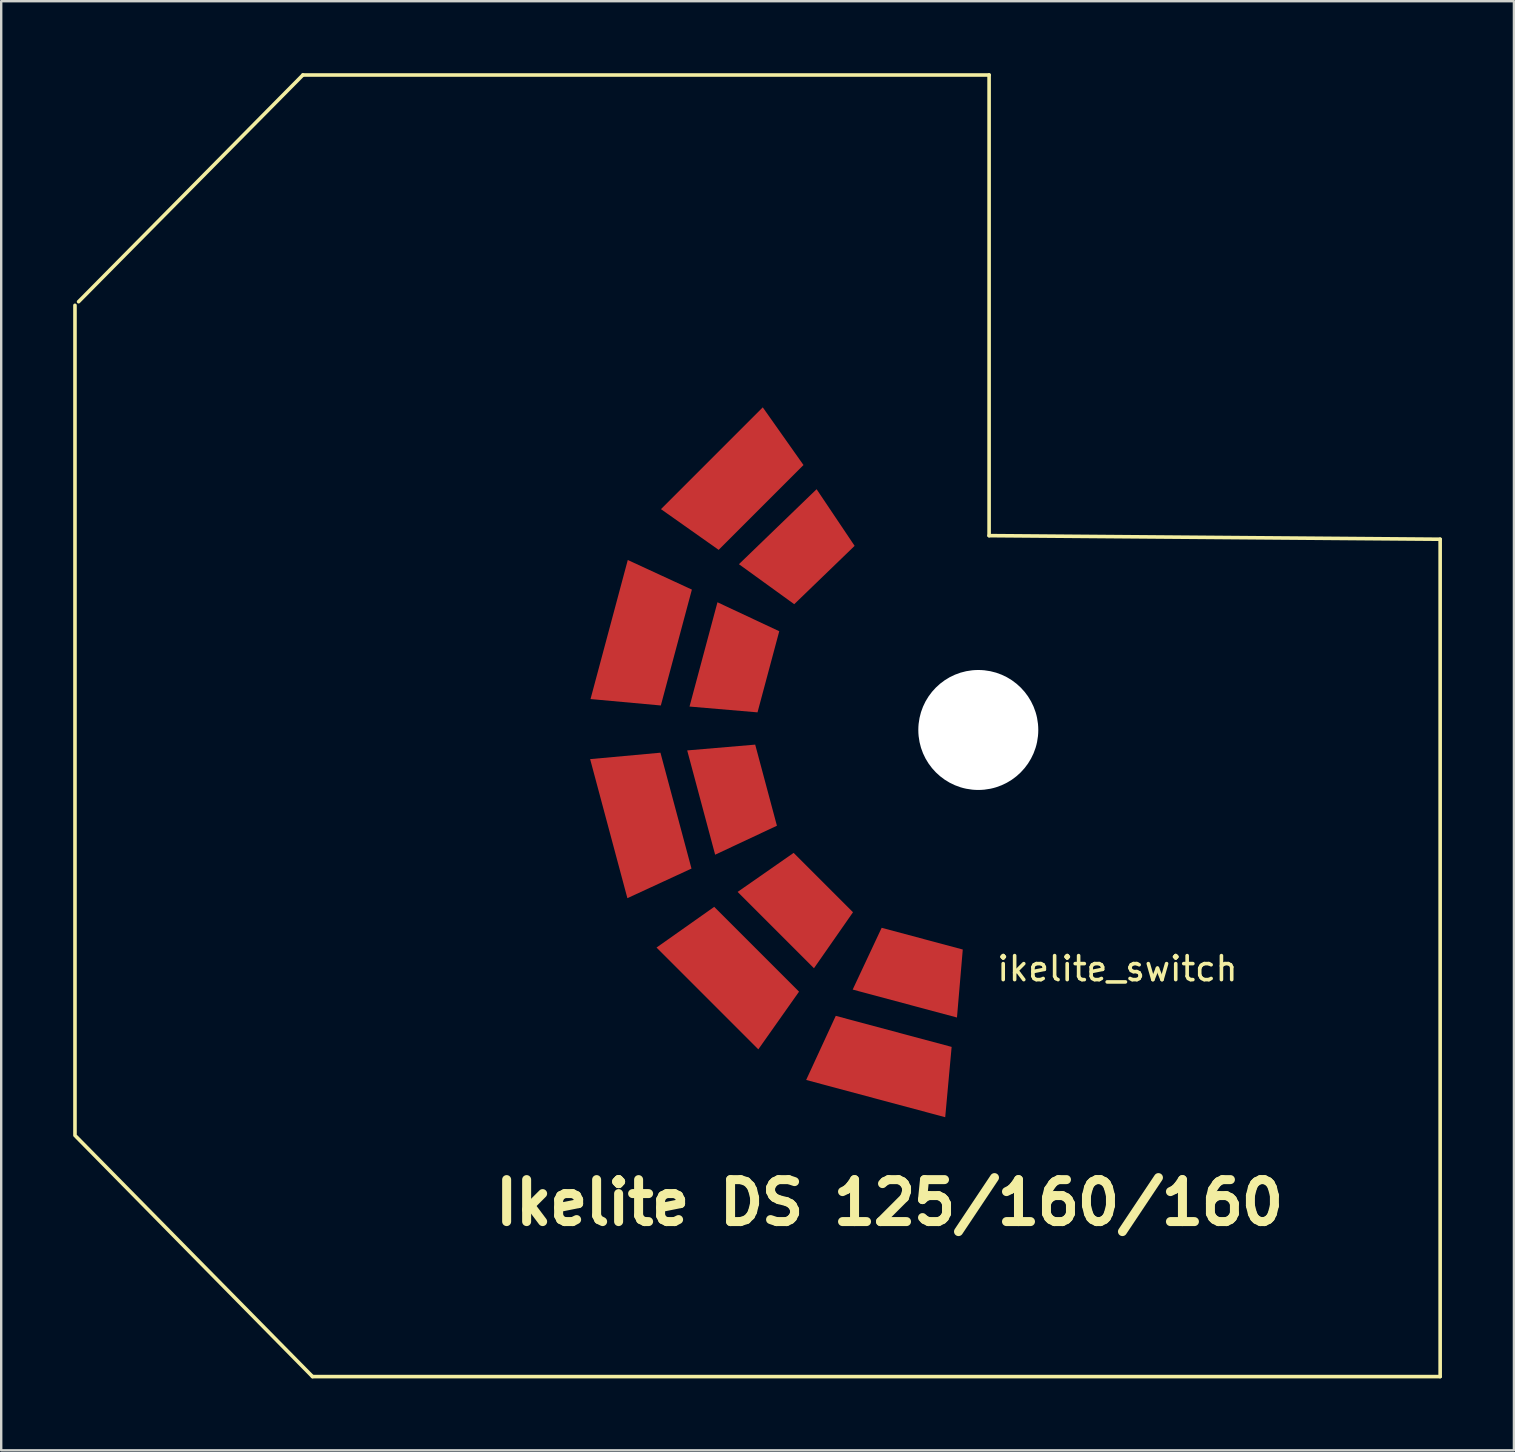
<source format=kicad_pcb>
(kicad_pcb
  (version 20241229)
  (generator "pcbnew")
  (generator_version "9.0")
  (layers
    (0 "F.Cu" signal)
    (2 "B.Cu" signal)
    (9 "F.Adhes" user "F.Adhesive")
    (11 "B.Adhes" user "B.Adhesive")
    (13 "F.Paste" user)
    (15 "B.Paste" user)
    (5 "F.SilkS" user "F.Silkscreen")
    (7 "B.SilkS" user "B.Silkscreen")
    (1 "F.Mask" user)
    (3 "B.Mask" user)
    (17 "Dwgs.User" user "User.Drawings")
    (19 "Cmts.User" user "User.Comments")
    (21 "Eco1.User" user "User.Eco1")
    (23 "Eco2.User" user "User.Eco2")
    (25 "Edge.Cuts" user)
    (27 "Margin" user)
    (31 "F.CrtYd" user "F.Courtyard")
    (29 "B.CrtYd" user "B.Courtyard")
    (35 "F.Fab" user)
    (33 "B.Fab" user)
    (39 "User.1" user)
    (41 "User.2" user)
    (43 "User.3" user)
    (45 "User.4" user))
  (footprint "ikelite_switch"
    (layer "F.Cu")
    (at 37.725 27.425)
    (property "Reference" "ikelite_switch" (at 5.8 9.9 0) (layer "F.SilkS") (effects (font (size 1 1) (thickness 0.15))))
    (attr through_hole)
    (fp_line (start -37.65 16.85) (end -37.65 -17.75) (stroke (width 0.15) (type solid)) (layer "F.SilkS"))
    (fp_line (start -28.15 -27.35) (end -37.5 -17.9) (stroke (width 0.15) (type solid)) (layer "F.SilkS"))
    (fp_line (start -27.75 26.9) (end -37.6 16.9) (stroke (width 0.15) (type solid)) (layer "F.SilkS"))
    (fp_line (start -0.861 -0.631) (end -0.861 -0.631) (stroke (width 0.1) (type solid)) (layer "F.SilkS"))
    (fp_line (start 0.45 -27.35) (end -28.15 -27.35) (stroke (width 0.15) (type solid)) (layer "F.SilkS"))
    (fp_line (start 0.45 -8.15) (end 0.45 -27.35) (stroke (width 0.15) (type solid)) (layer "F.SilkS"))
    (fp_line (start 19.25 -8) (end 0.45 -8.15) (stroke (width 0.15) (type solid)) (layer "F.SilkS"))
    (fp_line (start 19.25 26.9) (end -27.75 26.9) (stroke (width 0.15) (type solid)) (layer "F.SilkS"))
    (fp_line (start 19.25 26.9) (end 19.25 -8) (stroke (width 0.15) (type solid)) (layer "F.SilkS"))
    (fp_line (start -0.925 -0.046) (end -0.924 -0.052) (stroke (width 0.1) (type solid)) (layer "Dwgs.User"))
    (fp_line (start -0.925 -0.04) (end -0.925 -0.046) (stroke (width 0.1) (type solid)) (layer "Dwgs.User"))
    (fp_line (start -0.924 -0.052) (end -0.923 -0.057) (stroke (width 0.1) (type solid)) (layer "Dwgs.User"))
    (fp_line (start -0.924 -0.035) (end -0.925 -0.04) (stroke (width 0.1) (type solid)) (layer "Dwgs.User"))
    (fp_line (start -0.923 -0.057) (end -0.921 -0.063) (stroke (width 0.1) (type solid)) (layer "Dwgs.User"))
    (fp_line (start -0.923 -0.029) (end -0.924 -0.035) (stroke (width 0.1) (type solid)) (layer "Dwgs.User"))
    (fp_line (start -0.921 -0.063) (end -0.919 -0.069) (stroke (width 0.1) (type solid)) (layer "Dwgs.User"))
    (fp_line (start -0.921 -0.023) (end -0.923 -0.029) (stroke (width 0.1) (type solid)) (layer "Dwgs.User"))
    (fp_line (start -0.919 -0.069) (end -0.917 -0.075) (stroke (width 0.1) (type solid)) (layer "Dwgs.User"))
    (fp_line (start -0.919 -0.017) (end -0.921 -0.023) (stroke (width 0.1) (type solid)) (layer "Dwgs.User"))
    (fp_line (start -0.917 -0.075) (end -0.913 -0.082) (stroke (width 0.1) (type solid)) (layer "Dwgs.User"))
    (fp_line (start -0.917 -0.011) (end -0.919 -0.017) (stroke (width 0.1) (type solid)) (layer "Dwgs.User"))
    (fp_line (start -0.913 -0.082) (end -0.909 -0.089) (stroke (width 0.1) (type solid)) (layer "Dwgs.User"))
    (fp_line (start -0.913 -0.004) (end -0.917 -0.011) (stroke (width 0.1) (type solid)) (layer "Dwgs.User"))
    (fp_line (start -0.909 -0.089) (end -0.905 -0.096) (stroke (width 0.1) (type solid)) (layer "Dwgs.User"))
    (fp_line (start -0.909 0.003) (end -0.913 -0.004) (stroke (width 0.1) (type solid)) (layer "Dwgs.User"))
    (fp_line (start -0.905 -0.096) (end -0.9 -0.104) (stroke (width 0.1) (type solid)) (layer "Dwgs.User"))
    (fp_line (start -0.905 0.01) (end -0.909 0.003) (stroke (width 0.1) (type solid)) (layer "Dwgs.User"))
    (fp_line (start -0.9 -0.104) (end -0.895 -0.112) (stroke (width 0.1) (type solid)) (layer "Dwgs.User"))
    (fp_line (start -0.9 0.017) (end -0.905 0.01) (stroke (width 0.1) (type solid)) (layer "Dwgs.User"))
    (fp_line (start -0.895 -0.112) (end -0.889 -0.12) (stroke (width 0.1) (type solid)) (layer "Dwgs.User"))
    (fp_line (start -0.895 0.025) (end -0.9 0.017) (stroke (width 0.1) (type solid)) (layer "Dwgs.User"))
    (fp_line (start -0.889 -0.12) (end -0.882 -0.129) (stroke (width 0.1) (type solid)) (layer "Dwgs.User"))
    (fp_line (start -0.889 0.034) (end -0.895 0.025) (stroke (width 0.1) (type solid)) (layer "Dwgs.User"))
    (fp_line (start -0.882 -0.129) (end -0.875 -0.139) (stroke (width 0.1) (type solid)) (layer "Dwgs.User"))
    (fp_line (start -0.882 0.043) (end -0.889 0.034) (stroke (width 0.1) (type solid)) (layer "Dwgs.User"))
    (fp_line (start -0.875 -0.139) (end -0.867 -0.149) (stroke (width 0.1) (type solid)) (layer "Dwgs.User"))
    (fp_line (start -0.875 0.053) (end -0.882 0.043) (stroke (width 0.1) (type solid)) (layer "Dwgs.User"))
    (fp_line (start -0.867 -0.149) (end -0.859 -0.16) (stroke (width 0.1) (type solid)) (layer "Dwgs.User"))
    (fp_line (start -0.867 0.063) (end -0.875 0.053) (stroke (width 0.1) (type solid)) (layer "Dwgs.User"))
    (fp_line (start -0.859 -0.16) (end -0.854 -0.166) (stroke (width 0.1) (type solid)) (layer "Dwgs.User"))
    (fp_line (start -0.859 0.074) (end -0.867 0.063) (stroke (width 0.1) (type solid)) (layer "Dwgs.User"))
    (fp_line (start -0.854 -0.166) (end -0.849 -0.172) (stroke (width 0.1) (type solid)) (layer "Dwgs.User"))
    (fp_line (start -0.854 0.08) (end -0.859 0.074) (stroke (width 0.1) (type solid)) (layer "Dwgs.User"))
    (fp_line (start -0.849 -0.172) (end -0.844 -0.179) (stroke (width 0.1) (type solid)) (layer "Dwgs.User"))
    (fp_line (start -0.849 0.086) (end -0.854 0.08) (stroke (width 0.1) (type solid)) (layer "Dwgs.User"))
    (fp_line (start -0.844 -0.179) (end -0.838 -0.185) (stroke (width 0.1) (type solid)) (layer "Dwgs.User"))
    (fp_line (start -0.844 0.093) (end -0.849 0.086) (stroke (width 0.1) (type solid)) (layer "Dwgs.User"))
    (fp_line (start -0.838 -0.185) (end -0.832 -0.191) (stroke (width 0.1) (type solid)) (layer "Dwgs.User"))
    (fp_line (start -0.838 0.099) (end -0.844 0.093) (stroke (width 0.1) (type solid)) (layer "Dwgs.User"))
    (fp_line (start -0.832 -0.191) (end -0.826 -0.198) (stroke (width 0.1) (type solid)) (layer "Dwgs.User"))
    (fp_line (start -0.831 0.106) (end -0.838 0.099) (stroke (width 0.1) (type solid)) (layer "Dwgs.User"))
    (fp_line (start -0.826 -0.198) (end -0.819 -0.204) (stroke (width 0.1) (type solid)) (layer "Dwgs.User"))
    (fp_line (start -0.825 0.112) (end -0.831 0.106) (stroke (width 0.1) (type solid)) (layer "Dwgs.User"))
    (fp_line (start -0.819 -0.204) (end -0.812 -0.21) (stroke (width 0.1) (type solid)) (layer "Dwgs.User"))
    (fp_line (start -0.818 0.118) (end -0.825 0.112) (stroke (width 0.1) (type solid)) (layer "Dwgs.User"))
    (fp_line (start -0.812 -0.21) (end -0.805 -0.217) (stroke (width 0.1) (type solid)) (layer "Dwgs.User"))
    (fp_line (start -0.811 0.125) (end -0.818 0.118) (stroke (width 0.1) (type solid)) (layer "Dwgs.User"))
    (fp_line (start -0.805 -0.217) (end -0.798 -0.223) (stroke (width 0.1) (type solid)) (layer "Dwgs.User"))
    (fp_line (start -0.803 0.131) (end -0.811 0.125) (stroke (width 0.1) (type solid)) (layer "Dwgs.User"))
    (fp_line (start -0.798 -0.223) (end -0.791 -0.229) (stroke (width 0.1) (type solid)) (layer "Dwgs.User"))
    (fp_line (start -0.796 0.137) (end -0.803 0.131) (stroke (width 0.1) (type solid)) (layer "Dwgs.User"))
    (fp_line (start -0.791 -0.229) (end -0.783 -0.235) (stroke (width 0.1) (type solid)) (layer "Dwgs.User"))
    (fp_line (start -0.788 0.143) (end -0.796 0.137) (stroke (width 0.1) (type solid)) (layer "Dwgs.User"))
    (fp_line (start -0.783 -0.235) (end -0.775 -0.241) (stroke (width 0.1) (type solid)) (layer "Dwgs.User"))
    (fp_line (start -0.78 0.149) (end -0.788 0.143) (stroke (width 0.1) (type solid)) (layer "Dwgs.User"))
    (fp_line (start -0.775 -0.241) (end -0.767 -0.247) (stroke (width 0.1) (type solid)) (layer "Dwgs.User"))
    (fp_line (start -0.771 0.155) (end -0.78 0.149) (stroke (width 0.1) (type solid)) (layer "Dwgs.User"))
    (fp_line (start -0.767 -0.247) (end -0.759 -0.252) (stroke (width 0.1) (type solid)) (layer "Dwgs.User"))
    (fp_line (start -0.763 0.161) (end -0.771 0.155) (stroke (width 0.1) (type solid)) (layer "Dwgs.User"))
    (fp_line (start -0.759 -0.252) (end -0.751 -0.258) (stroke (width 0.1) (type solid)) (layer "Dwgs.User"))
    (fp_line (start -0.754 0.167) (end -0.763 0.161) (stroke (width 0.1) (type solid)) (layer "Dwgs.User"))
    (fp_line (start -0.751 -0.258) (end -0.743 -0.263) (stroke (width 0.1) (type solid)) (layer "Dwgs.User"))
    (fp_line (start -0.746 0.173) (end -0.754 0.167) (stroke (width 0.1) (type solid)) (layer "Dwgs.User"))
    (fp_line (start -0.743 -0.263) (end -0.735 -0.269) (stroke (width 0.1) (type solid)) (layer "Dwgs.User"))
    (fp_line (start -0.737 0.178) (end -0.746 0.173) (stroke (width 0.1) (type solid)) (layer "Dwgs.User"))
    (fp_line (start -0.735 -0.269) (end -0.726 -0.274) (stroke (width 0.1) (type solid)) (layer "Dwgs.User"))
    (fp_line (start -0.728 0.184) (end -0.737 0.178) (stroke (width 0.1) (type solid)) (layer "Dwgs.User"))
    (fp_line (start -0.726 -0.274) (end -0.718 -0.279) (stroke (width 0.1) (type solid)) (layer "Dwgs.User"))
    (fp_line (start -0.719 0.189) (end -0.728 0.184) (stroke (width 0.1) (type solid)) (layer "Dwgs.User"))
    (fp_line (start -0.718 -0.279) (end -0.71 -0.284) (stroke (width 0.1) (type solid)) (layer "Dwgs.User"))
    (fp_line (start -0.71 0.194) (end -0.719 0.189) (stroke (width 0.1) (type solid)) (layer "Dwgs.User"))
    (fp_line (start -0.71 -0.284) (end -0.701 -0.288) (stroke (width 0.1) (type solid)) (layer "Dwgs.User"))
    (fp_line (start -0.701 -0.288) (end -0.693 -0.293) (stroke (width 0.1) (type solid)) (layer "Dwgs.User"))
    (fp_line (start -0.7 0.199) (end -0.71 0.194) (stroke (width 0.1) (type solid)) (layer "Dwgs.User"))
    (fp_line (start -0.693 -0.293) (end -0.684 -0.297) (stroke (width 0.1) (type solid)) (layer "Dwgs.User"))
    (fp_line (start -0.691 0.204) (end -0.7 0.199) (stroke (width 0.1) (type solid)) (layer "Dwgs.User"))
    (fp_line (start -0.684 -0.297) (end -0.676 -0.301) (stroke (width 0.1) (type solid)) (layer "Dwgs.User"))
    (fp_line (start -0.682 0.208) (end -0.691 0.204) (stroke (width 0.1) (type solid)) (layer "Dwgs.User"))
    (fp_line (start -0.676 -0.301) (end -0.668 -0.305) (stroke (width 0.1) (type solid)) (layer "Dwgs.User"))
    (fp_line (start -0.673 0.213) (end -0.682 0.208) (stroke (width 0.1) (type solid)) (layer "Dwgs.User"))
    (fp_line (start -0.668 -0.305) (end -0.659 -0.308) (stroke (width 0.1) (type solid)) (layer "Dwgs.User"))
    (fp_line (start -0.663 0.217) (end -0.673 0.213) (stroke (width 0.1) (type solid)) (layer "Dwgs.User"))
    (fp_line (start -0.659 -0.308) (end -0.651 -0.311) (stroke (width 0.1) (type solid)) (layer "Dwgs.User"))
    (fp_line (start -0.654 0.221) (end -0.663 0.217) (stroke (width 0.1) (type solid)) (layer "Dwgs.User"))
    (fp_line (start -0.651 -0.311) (end -0.643 -0.314) (stroke (width 0.1) (type solid)) (layer "Dwgs.User"))
    (fp_line (start -0.645 0.224) (end -0.654 0.221) (stroke (width 0.1) (type solid)) (layer "Dwgs.User"))
    (fp_line (start -0.643 -0.314) (end -0.635 -0.317) (stroke (width 0.1) (type solid)) (layer "Dwgs.User"))
    (fp_line (start -0.636 0.228) (end -0.645 0.224) (stroke (width 0.1) (type solid)) (layer "Dwgs.User"))
    (fp_line (start -0.635 -0.317) (end -0.628 -0.32) (stroke (width 0.1) (type solid)) (layer "Dwgs.User"))
    (fp_line (start -0.628 -0.32) (end -0.608 -0.325) (stroke (width 0.1) (type solid)) (layer "Dwgs.User"))
    (fp_line (start -0.627 0.231) (end -0.636 0.228) (stroke (width 0.1) (type solid)) (layer "Dwgs.User"))
    (fp_line (start -0.618 0.234) (end -0.627 0.231) (stroke (width 0.1) (type solid)) (layer "Dwgs.User"))
    (fp_line (start -0.609 0.236) (end -0.618 0.234) (stroke (width 0.1) (type solid)) (layer "Dwgs.User"))
    (fp_line (start -0.608 -0.325) (end -0.589 -0.331) (stroke (width 0.1) (type solid)) (layer "Dwgs.User"))
    (fp_line (start -0.593 0.241) (end -0.609 0.236) (stroke (width 0.1) (type solid)) (layer "Dwgs.User"))
    (fp_line (start -0.589 -0.331) (end -0.571 -0.337) (stroke (width 0.1) (type solid)) (layer "Dwgs.User"))
    (fp_line (start -0.578 0.246) (end -0.593 0.241) (stroke (width 0.1) (type solid)) (layer "Dwgs.User"))
    (fp_line (start -0.571 -0.337) (end -0.554 -0.343) (stroke (width 0.1) (type solid)) (layer "Dwgs.User"))
    (fp_line (start -0.563 0.25) (end -0.578 0.246) (stroke (width 0.1) (type solid)) (layer "Dwgs.User"))
    (fp_line (start -0.554 -0.343) (end -0.538 -0.348) (stroke (width 0.1) (type solid)) (layer "Dwgs.User"))
    (fp_line (start -0.549 0.255) (end -0.563 0.25) (stroke (width 0.1) (type solid)) (layer "Dwgs.User"))
    (fp_line (start -0.538 -0.348) (end -0.523 -0.354) (stroke (width 0.1) (type solid)) (layer "Dwgs.User"))
    (fp_line (start -0.536 0.26) (end -0.549 0.255) (stroke (width 0.1) (type solid)) (layer "Dwgs.User"))
    (fp_line (start -0.523 0.265) (end -0.536 0.26) (stroke (width 0.1) (type solid)) (layer "Dwgs.User"))
    (fp_line (start -0.523 -0.354) (end -0.509 -0.359) (stroke (width 0.1) (type solid)) (layer "Dwgs.User"))
    (fp_line (start -0.512 0.27) (end -0.523 0.265) (stroke (width 0.1) (type solid)) (layer "Dwgs.User"))
    (fp_line (start -0.509 -0.359) (end -0.496 -0.365) (stroke (width 0.1) (type solid)) (layer "Dwgs.User"))
    (fp_line (start -0.501 0.276) (end -0.512 0.27) (stroke (width 0.1) (type solid)) (layer "Dwgs.User"))
    (fp_line (start -0.496 -0.365) (end -0.484 -0.37) (stroke (width 0.1) (type solid)) (layer "Dwgs.User"))
    (fp_line (start -0.49 0.281) (end -0.501 0.276) (stroke (width 0.1) (type solid)) (layer "Dwgs.User"))
    (fp_line (start -0.484 -0.37) (end -0.473 -0.376) (stroke (width 0.1) (type solid)) (layer "Dwgs.User"))
    (fp_line (start -0.48 0.287) (end -0.49 0.281) (stroke (width 0.1) (type solid)) (layer "Dwgs.User"))
    (fp_line (start -0.473 -0.376) (end -0.462 -0.381) (stroke (width 0.1) (type solid)) (layer "Dwgs.User"))
    (fp_line (start -0.471 0.293) (end -0.48 0.287) (stroke (width 0.1) (type solid)) (layer "Dwgs.User"))
    (fp_line (start -0.462 -0.381) (end -0.452 -0.387) (stroke (width 0.1) (type solid)) (layer "Dwgs.User"))
    (fp_line (start -0.462 0.299) (end -0.471 0.293) (stroke (width 0.1) (type solid)) (layer "Dwgs.User"))
    (fp_line (start -0.453 0.306) (end -0.462 0.299) (stroke (width 0.1) (type solid)) (layer "Dwgs.User"))
    (fp_line (start -0.452 -0.387) (end -0.443 -0.393) (stroke (width 0.1) (type solid)) (layer "Dwgs.User"))
    (fp_line (start -0.445 0.313) (end -0.453 0.306) (stroke (width 0.1) (type solid)) (layer "Dwgs.User"))
    (fp_line (start -0.443 -0.393) (end -0.434 -0.399) (stroke (width 0.1) (type solid)) (layer "Dwgs.User"))
    (fp_line (start -0.438 0.321) (end -0.445 0.313) (stroke (width 0.1) (type solid)) (layer "Dwgs.User"))
    (fp_line (start -0.434 -0.399) (end -0.427 -0.405) (stroke (width 0.1) (type solid)) (layer "Dwgs.User"))
    (fp_line (start -0.431 0.329) (end -0.438 0.321) (stroke (width 0.1) (type solid)) (layer "Dwgs.User"))
    (fp_line (start -0.427 -0.405) (end -0.42 -0.411) (stroke (width 0.1) (type solid)) (layer "Dwgs.User"))
    (fp_line (start -0.424 0.337) (end -0.431 0.329) (stroke (width 0.1) (type solid)) (layer "Dwgs.User"))
    (fp_line (start -0.42 -0.411) (end -0.413 -0.418) (stroke (width 0.1) (type solid)) (layer "Dwgs.User"))
    (fp_line (start -0.418 0.346) (end -0.424 0.337) (stroke (width 0.1) (type solid)) (layer "Dwgs.User"))
    (fp_line (start -0.413 -0.418) (end -0.408 -0.425) (stroke (width 0.1) (type solid)) (layer "Dwgs.User"))
    (fp_line (start -0.412 0.355) (end -0.418 0.346) (stroke (width 0.1) (type solid)) (layer "Dwgs.User"))
    (fp_line (start -0.408 -0.425) (end -0.402 -0.432) (stroke (width 0.1) (type solid)) (layer "Dwgs.User"))
    (fp_line (start -0.406 0.365) (end -0.412 0.355) (stroke (width 0.1) (type solid)) (layer "Dwgs.User"))
    (fp_line (start -0.402 -0.432) (end -0.398 -0.439) (stroke (width 0.1) (type solid)) (layer "Dwgs.User"))
    (fp_line (start -0.401 0.376) (end -0.406 0.365) (stroke (width 0.1) (type solid)) (layer "Dwgs.User"))
    (fp_line (start -0.398 -0.439) (end -0.394 -0.447) (stroke (width 0.1) (type solid)) (layer "Dwgs.User"))
    (fp_line (start -0.396 0.387) (end -0.401 0.376) (stroke (width 0.1) (type solid)) (layer "Dwgs.User"))
    (fp_line (start -0.394 -0.447) (end -0.39 -0.455) (stroke (width 0.1) (type solid)) (layer "Dwgs.User"))
    (fp_line (start -0.391 0.398) (end -0.396 0.387) (stroke (width 0.1) (type solid)) (layer "Dwgs.User"))
    (fp_line (start -0.39 -0.455) (end -0.387 -0.463) (stroke (width 0.1) (type solid)) (layer "Dwgs.User"))
    (fp_line (start -0.387 -0.463) (end -0.384 -0.472) (stroke (width 0.1) (type solid)) (layer "Dwgs.User"))
    (fp_line (start -0.386 0.411) (end -0.391 0.398) (stroke (width 0.1) (type solid)) (layer "Dwgs.User"))
    (fp_line (start -0.384 -0.472) (end -0.382 -0.481) (stroke (width 0.1) (type solid)) (layer "Dwgs.User"))
    (fp_line (start -0.382 -0.481) (end -0.381 -0.491) (stroke (width 0.1) (type solid)) (layer "Dwgs.User"))
    (fp_line (start -0.382 0.424) (end -0.386 0.411) (stroke (width 0.1) (type solid)) (layer "Dwgs.User"))
    (fp_line (start -0.381 -0.491) (end -0.379 -0.501) (stroke (width 0.1) (type solid)) (layer "Dwgs.User"))
    (fp_line (start -0.379 -0.501) (end -0.378 -0.512) (stroke (width 0.1) (type solid)) (layer "Dwgs.User"))
    (fp_line (start -0.378 -0.512) (end -0.377 -0.523) (stroke (width 0.1) (type solid)) (layer "Dwgs.User"))
    (fp_line (start -0.378 0.437) (end -0.382 0.424) (stroke (width 0.1) (type solid)) (layer "Dwgs.User"))
    (fp_line (start -0.377 -0.523) (end -0.377 -0.534) (stroke (width 0.1) (type solid)) (layer "Dwgs.User"))
    (fp_line (start -0.377 -0.534) (end -0.377 -0.547) (stroke (width 0.1) (type solid)) (layer "Dwgs.User"))
    (fp_line (start -0.377 -0.547) (end -0.377 -0.563) (stroke (width 0.1) (type solid)) (layer "Dwgs.User"))
    (fp_line (start -0.377 -0.563) (end -0.376 -0.579) (stroke (width 0.1) (type solid)) (layer "Dwgs.User"))
    (fp_line (start -0.376 -0.579) (end -0.374 -0.595) (stroke (width 0.1) (type solid)) (layer "Dwgs.User"))
    (fp_line (start -0.374 -0.595) (end -0.372 -0.611) (stroke (width 0.1) (type solid)) (layer "Dwgs.User"))
    (fp_line (start -0.374 0.452) (end -0.378 0.437) (stroke (width 0.1) (type solid)) (layer "Dwgs.User"))
    (fp_line (start -0.372 -0.611) (end -0.369 -0.627) (stroke (width 0.1) (type solid)) (layer "Dwgs.User"))
    (fp_line (start -0.37 0.467) (end -0.374 0.452) (stroke (width 0.1) (type solid)) (layer "Dwgs.User"))
    (fp_line (start -0.369 -0.627) (end -0.365 -0.642) (stroke (width 0.1) (type solid)) (layer "Dwgs.User"))
    (fp_line (start -0.366 0.483) (end -0.37 0.467) (stroke (width 0.1) (type solid)) (layer "Dwgs.User"))
    (fp_line (start -0.365 -0.642) (end -0.361 -0.656) (stroke (width 0.1) (type solid)) (layer "Dwgs.User"))
    (fp_line (start -0.362 0.5) (end -0.366 0.483) (stroke (width 0.1) (type solid)) (layer "Dwgs.User"))
    (fp_line (start -0.361 -0.656) (end -0.356 -0.671) (stroke (width 0.1) (type solid)) (layer "Dwgs.User"))
    (fp_line (start -0.358 0.518) (end -0.362 0.5) (stroke (width 0.1) (type solid)) (layer "Dwgs.User"))
    (fp_line (start -0.357 0.524) (end -0.358 0.518) (stroke (width 0.1) (type solid)) (layer "Dwgs.User"))
    (fp_line (start -0.356 -0.671) (end -0.351 -0.684) (stroke (width 0.1) (type solid)) (layer "Dwgs.User"))
    (fp_line (start -0.355 0.53) (end -0.357 0.524) (stroke (width 0.1) (type solid)) (layer "Dwgs.User"))
    (fp_line (start -0.354 0.536) (end -0.355 0.53) (stroke (width 0.1) (type solid)) (layer "Dwgs.User"))
    (fp_line (start -0.352 0.543) (end -0.354 0.536) (stroke (width 0.1) (type solid)) (layer "Dwgs.User"))
    (fp_line (start -0.351 -0.684) (end -0.345 -0.698) (stroke (width 0.1) (type solid)) (layer "Dwgs.User"))
    (fp_line (start -0.35 0.549) (end -0.352 0.543) (stroke (width 0.1) (type solid)) (layer "Dwgs.User"))
    (fp_line (start -0.348 0.556) (end -0.35 0.549) (stroke (width 0.1) (type solid)) (layer "Dwgs.User"))
    (fp_line (start -0.345 0.562) (end -0.348 0.556) (stroke (width 0.1) (type solid)) (layer "Dwgs.User"))
    (fp_line (start -0.345 -0.698) (end -0.338 -0.711) (stroke (width 0.1) (type solid)) (layer "Dwgs.User"))
    (fp_line (start -0.343 0.569) (end -0.345 0.562) (stroke (width 0.1) (type solid)) (layer "Dwgs.User"))
    (fp_line (start -0.34 0.575) (end -0.343 0.569) (stroke (width 0.1) (type solid)) (layer "Dwgs.User"))
    (fp_line (start -0.338 -0.711) (end -0.332 -0.723) (stroke (width 0.1) (type solid)) (layer "Dwgs.User"))
    (fp_line (start -0.338 0.582) (end -0.34 0.575) (stroke (width 0.1) (type solid)) (layer "Dwgs.User"))
    (fp_line (start -0.335 0.589) (end -0.338 0.582) (stroke (width 0.1) (type solid)) (layer "Dwgs.User"))
    (fp_line (start -0.332 0.595) (end -0.335 0.589) (stroke (width 0.1) (type solid)) (layer "Dwgs.User"))
    (fp_line (start -0.332 -0.723) (end -0.324 -0.736) (stroke (width 0.1) (type solid)) (layer "Dwgs.User"))
    (fp_line (start -0.329 0.602) (end -0.332 0.595) (stroke (width 0.1) (type solid)) (layer "Dwgs.User"))
    (fp_line (start -0.326 0.608) (end -0.329 0.602) (stroke (width 0.1) (type solid)) (layer "Dwgs.User"))
    (fp_line (start -0.324 -0.736) (end -0.316 -0.747) (stroke (width 0.1) (type solid)) (layer "Dwgs.User"))
    (fp_line (start -0.323 0.615) (end -0.326 0.608) (stroke (width 0.1) (type solid)) (layer "Dwgs.User"))
    (fp_line (start -0.32 0.621) (end -0.323 0.615) (stroke (width 0.1) (type solid)) (layer "Dwgs.User"))
    (fp_line (start -0.317 0.627) (end -0.32 0.621) (stroke (width 0.1) (type solid)) (layer "Dwgs.User"))
    (fp_line (start -0.316 -0.747) (end -0.308 -0.758) (stroke (width 0.1) (type solid)) (layer "Dwgs.User"))
    (fp_line (start -0.313 0.633) (end -0.317 0.627) (stroke (width 0.1) (type solid)) (layer "Dwgs.User"))
    (fp_line (start -0.31 0.639) (end -0.313 0.633) (stroke (width 0.1) (type solid)) (layer "Dwgs.User"))
    (fp_line (start -0.308 -0.758) (end -0.299 -0.769) (stroke (width 0.1) (type solid)) (layer "Dwgs.User"))
    (fp_line (start -0.307 0.645) (end -0.31 0.639) (stroke (width 0.1) (type solid)) (layer "Dwgs.User"))
    (fp_line (start -0.303 0.651) (end -0.307 0.645) (stroke (width 0.1) (type solid)) (layer "Dwgs.User"))
    (fp_line (start -0.3 0.657) (end -0.303 0.651) (stroke (width 0.1) (type solid)) (layer "Dwgs.User"))
    (fp_line (start -0.299 -0.769) (end -0.29 -0.779) (stroke (width 0.1) (type solid)) (layer "Dwgs.User"))
    (fp_line (start -0.296 0.662) (end -0.3 0.657) (stroke (width 0.1) (type solid)) (layer "Dwgs.User"))
    (fp_line (start -0.293 0.667) (end -0.296 0.662) (stroke (width 0.1) (type solid)) (layer "Dwgs.User"))
    (fp_line (start -0.29 -0.779) (end -0.28 -0.788) (stroke (width 0.1) (type solid)) (layer "Dwgs.User"))
    (fp_line (start -0.289 0.673) (end -0.293 0.667) (stroke (width 0.1) (type solid)) (layer "Dwgs.User"))
    (fp_line (start -0.285 0.677) (end -0.289 0.673) (stroke (width 0.1) (type solid)) (layer "Dwgs.User"))
    (fp_line (start -0.282 0.682) (end -0.285 0.677) (stroke (width 0.1) (type solid)) (layer "Dwgs.User"))
    (fp_line (start -0.28 -0.788) (end -0.27 -0.797) (stroke (width 0.1) (type solid)) (layer "Dwgs.User"))
    (fp_line (start -0.278 0.687) (end -0.282 0.682) (stroke (width 0.1) (type solid)) (layer "Dwgs.User"))
    (fp_line (start -0.275 0.691) (end -0.278 0.687) (stroke (width 0.1) (type solid)) (layer "Dwgs.User"))
    (fp_line (start -0.271 0.695) (end -0.275 0.691) (stroke (width 0.1) (type solid)) (layer "Dwgs.User"))
    (fp_line (start -0.27 -0.797) (end -0.259 -0.806) (stroke (width 0.1) (type solid)) (layer "Dwgs.User"))
    (fp_line (start -0.267 0.698) (end -0.271 0.695) (stroke (width 0.1) (type solid)) (layer "Dwgs.User"))
    (fp_line (start -0.267 0.698) (end -0.267 0.698) (stroke (width 0.1) (type solid)) (layer "Dwgs.User"))
    (fp_line (start -0.264 0.702) (end -0.267 0.698) (stroke (width 0.1) (type solid)) (layer "Dwgs.User"))
    (fp_line (start -0.26 0.705) (end -0.264 0.702) (stroke (width 0.1) (type solid)) (layer "Dwgs.User"))
    (fp_line (start -0.259 -0.806) (end -0.248 -0.813) (stroke (width 0.1) (type solid)) (layer "Dwgs.User"))
    (fp_line (start -0.256 0.709) (end -0.26 0.705) (stroke (width 0.1) (type solid)) (layer "Dwgs.User"))
    (fp_line (start -0.252 0.712) (end -0.256 0.709) (stroke (width 0.1) (type solid)) (layer "Dwgs.User"))
    (fp_line (start -0.248 -0.813) (end -0.237 -0.82) (stroke (width 0.1) (type solid)) (layer "Dwgs.User"))
    (fp_line (start -0.248 0.716) (end -0.252 0.712) (stroke (width 0.1) (type solid)) (layer "Dwgs.User"))
    (fp_line (start -0.243 0.719) (end -0.248 0.716) (stroke (width 0.1) (type solid)) (layer "Dwgs.User"))
    (fp_line (start -0.239 0.722) (end -0.243 0.719) (stroke (width 0.1) (type solid)) (layer "Dwgs.User"))
    (fp_line (start -0.237 -0.82) (end -0.225 -0.827) (stroke (width 0.1) (type solid)) (layer "Dwgs.User"))
    (fp_line (start -0.234 0.725) (end -0.239 0.722) (stroke (width 0.1) (type solid)) (layer "Dwgs.User"))
    (fp_line (start -0.229 0.728) (end -0.234 0.725) (stroke (width 0.1) (type solid)) (layer "Dwgs.User"))
    (fp_line (start -0.225 -0.827) (end -0.213 -0.832) (stroke (width 0.1) (type solid)) (layer "Dwgs.User"))
    (fp_line (start -0.225 0.731) (end -0.229 0.728) (stroke (width 0.1) (type solid)) (layer "Dwgs.User"))
    (fp_line (start -0.22 0.734) (end -0.225 0.731) (stroke (width 0.1) (type solid)) (layer "Dwgs.User"))
    (fp_line (start -0.215 0.737) (end -0.22 0.734) (stroke (width 0.1) (type solid)) (layer "Dwgs.User"))
    (fp_line (start -0.213 -0.832) (end -0.201 -0.837) (stroke (width 0.1) (type solid)) (layer "Dwgs.User"))
    (fp_line (start -0.21 0.739) (end -0.215 0.737) (stroke (width 0.1) (type solid)) (layer "Dwgs.User"))
    (fp_line (start -0.205 0.742) (end -0.21 0.739) (stroke (width 0.1) (type solid)) (layer "Dwgs.User"))
    (fp_line (start -0.201 -0.837) (end -0.189 -0.841) (stroke (width 0.1) (type solid)) (layer "Dwgs.User"))
    (fp_line (start -0.2 0.744) (end -0.205 0.742) (stroke (width 0.1) (type solid)) (layer "Dwgs.User"))
    (fp_line (start -0.194 0.747) (end -0.2 0.744) (stroke (width 0.1) (type solid)) (layer "Dwgs.User"))
    (fp_line (start -0.189 0.749) (end -0.194 0.747) (stroke (width 0.1) (type solid)) (layer "Dwgs.User"))
    (fp_line (start -0.189 -0.841) (end -0.176 -0.845) (stroke (width 0.1) (type solid)) (layer "Dwgs.User"))
    (fp_line (start -0.184 0.751) (end -0.189 0.749) (stroke (width 0.1) (type solid)) (layer "Dwgs.User"))
    (fp_line (start -0.179 0.753) (end -0.184 0.751) (stroke (width 0.1) (type solid)) (layer "Dwgs.User"))
    (fp_line (start -0.176 -0.845) (end -0.163 -0.848) (stroke (width 0.1) (type solid)) (layer "Dwgs.User"))
    (fp_line (start -0.174 0.755) (end -0.179 0.753) (stroke (width 0.1) (type solid)) (layer "Dwgs.User"))
    (fp_line (start -0.169 0.757) (end -0.174 0.755) (stroke (width 0.1) (type solid)) (layer "Dwgs.User"))
    (fp_line (start -0.164 0.758) (end -0.169 0.757) (stroke (width 0.1) (type solid)) (layer "Dwgs.User"))
    (fp_line (start -0.163 -0.848) (end -0.149 -0.85) (stroke (width 0.1) (type solid)) (layer "Dwgs.User"))
    (fp_line (start -0.159 0.76) (end -0.164 0.758) (stroke (width 0.1) (type solid)) (layer "Dwgs.User"))
    (fp_line (start -0.154 0.761) (end -0.159 0.76) (stroke (width 0.1) (type solid)) (layer "Dwgs.User"))
    (fp_line (start -0.149 -0.85) (end -0.135 -0.851) (stroke (width 0.1) (type solid)) (layer "Dwgs.User"))
    (fp_line (start -0.149 0.762) (end -0.154 0.761) (stroke (width 0.1) (type solid)) (layer "Dwgs.User"))
    (fp_line (start -0.144 0.763) (end -0.149 0.762) (stroke (width 0.1) (type solid)) (layer "Dwgs.User"))
    (fp_line (start -0.139 0.764) (end -0.144 0.763) (stroke (width 0.1) (type solid)) (layer "Dwgs.User"))
    (fp_line (start -0.135 -0.851) (end -0.122 -0.851) (stroke (width 0.1) (type solid)) (layer "Dwgs.User"))
    (fp_line (start -0.135 0.764) (end -0.139 0.764) (stroke (width 0.1) (type solid)) (layer "Dwgs.User"))
    (fp_line (start -0.13 0.765) (end -0.135 0.764) (stroke (width 0.1) (type solid)) (layer "Dwgs.User"))
    (fp_line (start -0.126 0.765) (end -0.13 0.765) (stroke (width 0.1) (type solid)) (layer "Dwgs.User"))
    (fp_line (start -0.122 -0.851) (end -0.108 -0.851) (stroke (width 0.1) (type solid)) (layer "Dwgs.User"))
    (fp_line (start -0.122 0.765) (end -0.126 0.765) (stroke (width 0.1) (type solid)) (layer "Dwgs.User"))
    (fp_line (start -0.111 0.765) (end -0.122 0.765) (stroke (width 0.1) (type solid)) (layer "Dwgs.User"))
    (fp_line (start -0.108 -0.851) (end -0.094 -0.85) (stroke (width 0.1) (type solid)) (layer "Dwgs.User"))
    (fp_line (start -0.101 0.764) (end -0.111 0.765) (stroke (width 0.1) (type solid)) (layer "Dwgs.User"))
    (fp_line (start -0.094 -0.85) (end -0.081 -0.848) (stroke (width 0.1) (type solid)) (layer "Dwgs.User"))
    (fp_line (start -0.091 0.762) (end -0.101 0.764) (stroke (width 0.1) (type solid)) (layer "Dwgs.User"))
    (fp_line (start -0.081 0.76) (end -0.091 0.762) (stroke (width 0.1) (type solid)) (layer "Dwgs.User"))
    (fp_line (start -0.081 -0.848) (end -0.068 -0.845) (stroke (width 0.1) (type solid)) (layer "Dwgs.User"))
    (fp_line (start -0.071 0.757) (end -0.081 0.76) (stroke (width 0.1) (type solid)) (layer "Dwgs.User"))
    (fp_line (start -0.068 -0.845) (end -0.055 -0.842) (stroke (width 0.1) (type solid)) (layer "Dwgs.User"))
    (fp_line (start -0.062 0.754) (end -0.071 0.757) (stroke (width 0.1) (type solid)) (layer "Dwgs.User"))
    (fp_line (start -0.055 -0.842) (end -0.043 -0.837) (stroke (width 0.1) (type solid)) (layer "Dwgs.User"))
    (fp_line (start -0.052 0.75) (end -0.062 0.754) (stroke (width 0.1) (type solid)) (layer "Dwgs.User"))
    (fp_line (start -0.043 -0.837) (end -0.031 -0.832) (stroke (width 0.1) (type solid)) (layer "Dwgs.User"))
    (fp_line (start -0.042 0.745) (end -0.052 0.75) (stroke (width 0.1) (type solid)) (layer "Dwgs.User"))
    (fp_line (start -0.033 0.74) (end -0.042 0.745) (stroke (width 0.1) (type solid)) (layer "Dwgs.User"))
    (fp_line (start -0.031 -0.832) (end -0.019 -0.827) (stroke (width 0.1) (type solid)) (layer "Dwgs.User"))
    (fp_line (start -0.023 0.734) (end -0.033 0.74) (stroke (width 0.1) (type solid)) (layer "Dwgs.User"))
    (fp_line (start -0.019 -0.827) (end -0.007 -0.82) (stroke (width 0.1) (type solid)) (layer "Dwgs.User"))
    (fp_line (start -0.014 0.728) (end -0.023 0.734) (stroke (width 0.1) (type solid)) (layer "Dwgs.User"))
    (fp_line (start -0.007 -0.82) (end 0.004 -0.813) (stroke (width 0.1) (type solid)) (layer "Dwgs.User"))
    (fp_line (start -0.005 0.721) (end -0.014 0.728) (stroke (width 0.1) (type solid)) (layer "Dwgs.User"))
    (fp_line (start 0.004 0.714) (end -0.005 0.721) (stroke (width 0.1) (type solid)) (layer "Dwgs.User"))
    (fp_line (start 0.004 -0.813) (end 0.015 -0.806) (stroke (width 0.1) (type solid)) (layer "Dwgs.User"))
    (fp_line (start 0.012 0.707) (end 0.004 0.714) (stroke (width 0.1) (type solid)) (layer "Dwgs.User"))
    (fp_line (start 0.015 -0.806) (end 0.026 -0.798) (stroke (width 0.1) (type solid)) (layer "Dwgs.User"))
    (fp_line (start 0.021 0.698) (end 0.012 0.707) (stroke (width 0.1) (type solid)) (layer "Dwgs.User"))
    (fp_line (start 0.026 -0.798) (end 0.036 -0.789) (stroke (width 0.1) (type solid)) (layer "Dwgs.User"))
    (fp_line (start 0.029 0.69) (end 0.021 0.698) (stroke (width 0.1) (type solid)) (layer "Dwgs.User"))
    (fp_line (start 0.036 -0.789) (end 0.046 -0.78) (stroke (width 0.1) (type solid)) (layer "Dwgs.User"))
    (fp_line (start 0.037 0.681) (end 0.029 0.69) (stroke (width 0.1) (type solid)) (layer "Dwgs.User"))
    (fp_line (start 0.045 0.671) (end 0.037 0.681) (stroke (width 0.1) (type solid)) (layer "Dwgs.User"))
    (fp_line (start 0.046 -0.78) (end 0.055 -0.77) (stroke (width 0.1) (type solid)) (layer "Dwgs.User"))
    (fp_line (start 0.052 0.662) (end 0.045 0.671) (stroke (width 0.1) (type solid)) (layer "Dwgs.User"))
    (fp_line (start 0.055 -0.77) (end 0.064 -0.759) (stroke (width 0.1) (type solid)) (layer "Dwgs.User"))
    (fp_line (start 0.059 0.651) (end 0.052 0.662) (stroke (width 0.1) (type solid)) (layer "Dwgs.User"))
    (fp_line (start 0.064 -0.759) (end 0.072 -0.748) (stroke (width 0.1) (type solid)) (layer "Dwgs.User"))
    (fp_line (start 0.066 0.641) (end 0.059 0.651) (stroke (width 0.1) (type solid)) (layer "Dwgs.User"))
    (fp_line (start 0.072 -0.748) (end 0.08 -0.737) (stroke (width 0.1) (type solid)) (layer "Dwgs.User"))
    (fp_line (start 0.073 0.63) (end 0.066 0.641) (stroke (width 0.1) (type solid)) (layer "Dwgs.User"))
    (fp_line (start 0.079 0.619) (end 0.073 0.63) (stroke (width 0.1) (type solid)) (layer "Dwgs.User"))
    (fp_line (start 0.08 -0.737) (end 0.088 -0.725) (stroke (width 0.1) (type solid)) (layer "Dwgs.User"))
    (fp_line (start 0.085 0.607) (end 0.079 0.619) (stroke (width 0.1) (type solid)) (layer "Dwgs.User"))
    (fp_line (start 0.088 -0.725) (end 0.095 -0.713) (stroke (width 0.1) (type solid)) (layer "Dwgs.User"))
    (fp_line (start 0.09 0.595) (end 0.085 0.607) (stroke (width 0.1) (type solid)) (layer "Dwgs.User"))
    (fp_line (start 0.095 -0.713) (end 0.101 -0.7) (stroke (width 0.1) (type solid)) (layer "Dwgs.User"))
    (fp_line (start 0.095 0.583) (end 0.09 0.595) (stroke (width 0.1) (type solid)) (layer "Dwgs.User"))
    (fp_line (start 0.1 0.57) (end 0.095 0.583) (stroke (width 0.1) (type solid)) (layer "Dwgs.User"))
    (fp_line (start 0.101 -0.7) (end 0.107 -0.687) (stroke (width 0.1) (type solid)) (layer "Dwgs.User"))
    (fp_line (start 0.104 0.558) (end 0.1 0.57) (stroke (width 0.1) (type solid)) (layer "Dwgs.User"))
    (fp_line (start 0.107 -0.687) (end 0.113 -0.673) (stroke (width 0.1) (type solid)) (layer "Dwgs.User"))
    (fp_line (start 0.108 0.544) (end 0.104 0.558) (stroke (width 0.1) (type solid)) (layer "Dwgs.User"))
    (fp_line (start 0.112 0.531) (end 0.108 0.544) (stroke (width 0.1) (type solid)) (layer "Dwgs.User"))
    (fp_line (start 0.113 -0.673) (end 0.117 -0.659) (stroke (width 0.1) (type solid)) (layer "Dwgs.User"))
    (fp_line (start 0.115 0.518) (end 0.112 0.531) (stroke (width 0.1) (type solid)) (layer "Dwgs.User"))
    (fp_line (start 0.117 -0.659) (end 0.122 -0.645) (stroke (width 0.1) (type solid)) (layer "Dwgs.User"))
    (fp_line (start 0.119 0.498) (end 0.115 0.518) (stroke (width 0.1) (type solid)) (layer "Dwgs.User"))
    (fp_line (start 0.122 -0.645) (end 0.125 -0.63) (stroke (width 0.1) (type solid)) (layer "Dwgs.User"))
    (fp_line (start 0.123 0.48) (end 0.119 0.498) (stroke (width 0.1) (type solid)) (layer "Dwgs.User"))
    (fp_line (start 0.125 -0.63) (end 0.128 -0.615) (stroke (width 0.1) (type solid)) (layer "Dwgs.User"))
    (fp_line (start 0.127 0.463) (end 0.123 0.48) (stroke (width 0.1) (type solid)) (layer "Dwgs.User"))
    (fp_line (start 0.128 -0.615) (end 0.131 -0.6) (stroke (width 0.1) (type solid)) (layer "Dwgs.User"))
    (fp_line (start 0.131 -0.6) (end 0.132 -0.584) (stroke (width 0.1) (type solid)) (layer "Dwgs.User"))
    (fp_line (start 0.132 0.446) (end 0.127 0.463) (stroke (width 0.1) (type solid)) (layer "Dwgs.User"))
    (fp_line (start 0.132 -0.584) (end 0.133 -0.569) (stroke (width 0.1) (type solid)) (layer "Dwgs.User"))
    (fp_line (start 0.133 -0.569) (end 0.134 -0.553) (stroke (width 0.1) (type solid)) (layer "Dwgs.User"))
    (fp_line (start 0.134 -0.553) (end 0.134 -0.538) (stroke (width 0.1) (type solid)) (layer "Dwgs.User"))
    (fp_line (start 0.134 -0.538) (end 0.135 -0.524) (stroke (width 0.1) (type solid)) (layer "Dwgs.User"))
    (fp_line (start 0.135 -0.524) (end 0.136 -0.51) (stroke (width 0.1) (type solid)) (layer "Dwgs.User"))
    (fp_line (start 0.136 -0.51) (end 0.138 -0.498) (stroke (width 0.1) (type solid)) (layer "Dwgs.User"))
    (fp_line (start 0.136 0.431) (end 0.132 0.446) (stroke (width 0.1) (type solid)) (layer "Dwgs.User"))
    (fp_line (start 0.138 -0.498) (end 0.14 -0.485) (stroke (width 0.1) (type solid)) (layer "Dwgs.User"))
    (fp_line (start 0.14 -0.485) (end 0.142 -0.473) (stroke (width 0.1) (type solid)) (layer "Dwgs.User"))
    (fp_line (start 0.141 0.416) (end 0.136 0.431) (stroke (width 0.1) (type solid)) (layer "Dwgs.User"))
    (fp_line (start 0.142 -0.473) (end 0.146 -0.462) (stroke (width 0.1) (type solid)) (layer "Dwgs.User"))
    (fp_line (start 0.146 -0.462) (end 0.15 -0.452) (stroke (width 0.1) (type solid)) (layer "Dwgs.User"))
    (fp_line (start 0.146 0.403) (end 0.141 0.416) (stroke (width 0.1) (type solid)) (layer "Dwgs.User"))
    (fp_line (start 0.15 -0.452) (end 0.154 -0.442) (stroke (width 0.1) (type solid)) (layer "Dwgs.User"))
    (fp_line (start 0.151 0.39) (end 0.146 0.403) (stroke (width 0.1) (type solid)) (layer "Dwgs.User"))
    (fp_line (start 0.154 -0.442) (end 0.159 -0.432) (stroke (width 0.1) (type solid)) (layer "Dwgs.User"))
    (fp_line (start 0.156 0.378) (end 0.151 0.39) (stroke (width 0.1) (type solid)) (layer "Dwgs.User"))
    (fp_line (start 0.159 -0.432) (end 0.164 -0.423) (stroke (width 0.1) (type solid)) (layer "Dwgs.User"))
    (fp_line (start 0.162 0.366) (end 0.156 0.378) (stroke (width 0.1) (type solid)) (layer "Dwgs.User"))
    (fp_line (start 0.164 -0.423) (end 0.171 -0.414) (stroke (width 0.1) (type solid)) (layer "Dwgs.User"))
    (fp_line (start 0.168 0.356) (end 0.162 0.366) (stroke (width 0.1) (type solid)) (layer "Dwgs.User"))
    (fp_line (start 0.171 -0.414) (end 0.177 -0.406) (stroke (width 0.1) (type solid)) (layer "Dwgs.User"))
    (fp_line (start 0.175 0.346) (end 0.168 0.356) (stroke (width 0.1) (type solid)) (layer "Dwgs.User"))
    (fp_line (start 0.177 -0.406) (end 0.185 -0.399) (stroke (width 0.1) (type solid)) (layer "Dwgs.User"))
    (fp_line (start 0.181 0.337) (end 0.175 0.346) (stroke (width 0.1) (type solid)) (layer "Dwgs.User"))
    (fp_line (start 0.185 -0.399) (end 0.193 -0.392) (stroke (width 0.1) (type solid)) (layer "Dwgs.User"))
    (fp_line (start 0.189 0.329) (end 0.181 0.337) (stroke (width 0.1) (type solid)) (layer "Dwgs.User"))
    (fp_line (start 0.193 -0.392) (end 0.201 -0.386) (stroke (width 0.1) (type solid)) (layer "Dwgs.User"))
    (fp_line (start 0.197 0.321) (end 0.189 0.329) (stroke (width 0.1) (type solid)) (layer "Dwgs.User"))
    (fp_line (start 0.201 -0.386) (end 0.21 -0.379) (stroke (width 0.1) (type solid)) (layer "Dwgs.User"))
    (fp_line (start 0.205 0.314) (end 0.197 0.321) (stroke (width 0.1) (type solid)) (layer "Dwgs.User"))
    (fp_line (start 0.21 -0.379) (end 0.22 -0.374) (stroke (width 0.1) (type solid)) (layer "Dwgs.User"))
    (fp_line (start 0.214 0.307) (end 0.205 0.314) (stroke (width 0.1) (type solid)) (layer "Dwgs.User"))
    (fp_line (start 0.22 -0.374) (end 0.231 -0.369) (stroke (width 0.1) (type solid)) (layer "Dwgs.User"))
    (fp_line (start 0.224 0.301) (end 0.214 0.307) (stroke (width 0.1) (type solid)) (layer "Dwgs.User"))
    (fp_line (start 0.231 -0.369) (end 0.242 -0.364) (stroke (width 0.1) (type solid)) (layer "Dwgs.User"))
    (fp_line (start 0.234 0.295) (end 0.224 0.301) (stroke (width 0.1) (type solid)) (layer "Dwgs.User"))
    (fp_line (start 0.242 -0.364) (end 0.254 -0.36) (stroke (width 0.1) (type solid)) (layer "Dwgs.User"))
    (fp_line (start 0.245 0.29) (end 0.234 0.295) (stroke (width 0.1) (type solid)) (layer "Dwgs.User"))
    (fp_line (start 0.254 -0.36) (end 0.266 -0.356) (stroke (width 0.1) (type solid)) (layer "Dwgs.User"))
    (fp_line (start 0.257 0.285) (end 0.245 0.29) (stroke (width 0.1) (type solid)) (layer "Dwgs.User"))
    (fp_line (start 0.266 -0.356) (end 0.28 -0.353) (stroke (width 0.1) (type solid)) (layer "Dwgs.User"))
    (fp_line (start 0.269 0.281) (end 0.257 0.285) (stroke (width 0.1) (type solid)) (layer "Dwgs.User"))
    (fp_line (start 0.28 -0.353) (end 0.294 -0.35) (stroke (width 0.1) (type solid)) (layer "Dwgs.User"))
    (fp_line (start 0.282 0.277) (end 0.269 0.281) (stroke (width 0.1) (type solid)) (layer "Dwgs.User"))
    (fp_line (start 0.294 -0.35) (end 0.308 -0.348) (stroke (width 0.1) (type solid)) (layer "Dwgs.User"))
    (fp_line (start 0.296 0.273) (end 0.282 0.277) (stroke (width 0.1) (type solid)) (layer "Dwgs.User"))
    (fp_line (start 0.308 -0.348) (end 0.324 -0.345) (stroke (width 0.1) (type solid)) (layer "Dwgs.User"))
    (fp_line (start 0.311 0.27) (end 0.296 0.273) (stroke (width 0.1) (type solid)) (layer "Dwgs.User"))
    (fp_line (start 0.324 -0.345) (end 0.34 -0.344) (stroke (width 0.1) (type solid)) (layer "Dwgs.User"))
    (fp_line (start 0.327 0.267) (end 0.311 0.27) (stroke (width 0.1) (type solid)) (layer "Dwgs.User"))
    (fp_line (start 0.34 -0.344) (end 0.357 -0.343) (stroke (width 0.1) (type solid)) (layer "Dwgs.User"))
    (fp_line (start 0.344 0.264) (end 0.327 0.267) (stroke (width 0.1) (type solid)) (layer "Dwgs.User"))
    (fp_line (start 0.357 -0.343) (end 0.375 -0.342) (stroke (width 0.1) (type solid)) (layer "Dwgs.User"))
    (fp_line (start 0.362 0.261) (end 0.344 0.264) (stroke (width 0.1) (type solid)) (layer "Dwgs.User"))
    (fp_line (start 0.375 -0.342) (end 0.394 -0.341) (stroke (width 0.1) (type solid)) (layer "Dwgs.User"))
    (fp_line (start 0.381 0.259) (end 0.362 0.261) (stroke (width 0.1) (type solid)) (layer "Dwgs.User"))
    (fp_line (start 0.394 -0.341) (end 0.413 -0.341) (stroke (width 0.1) (type solid)) (layer "Dwgs.User"))
    (fp_line (start 0.401 0.256) (end 0.381 0.259) (stroke (width 0.1) (type solid)) (layer "Dwgs.User"))
    (fp_line (start 0.413 -0.341) (end 0.435 -0.34) (stroke (width 0.1) (type solid)) (layer "Dwgs.User"))
    (fp_line (start 0.422 0.254) (end 0.401 0.256) (stroke (width 0.1) (type solid)) (layer "Dwgs.User"))
    (fp_line (start 0.435 -0.34) (end 0.456 -0.339) (stroke (width 0.1) (type solid)) (layer "Dwgs.User"))
    (fp_line (start 0.446 0.251) (end 0.422 0.254) (stroke (width 0.1) (type solid)) (layer "Dwgs.User"))
    (fp_line (start 0.456 -0.339) (end 0.477 -0.337) (stroke (width 0.1) (type solid)) (layer "Dwgs.User"))
    (fp_line (start 0.469 0.248) (end 0.446 0.251) (stroke (width 0.1) (type solid)) (layer "Dwgs.User"))
    (fp_line (start 0.477 -0.337) (end 0.498 -0.335) (stroke (width 0.1) (type solid)) (layer "Dwgs.User"))
    (fp_line (start 0.492 0.244) (end 0.469 0.248) (stroke (width 0.1) (type solid)) (layer "Dwgs.User"))
    (fp_line (start 0.498 -0.335) (end 0.518 -0.331) (stroke (width 0.1) (type solid)) (layer "Dwgs.User"))
    (fp_line (start 0.514 0.24) (end 0.492 0.244) (stroke (width 0.1) (type solid)) (layer "Dwgs.User"))
    (fp_line (start 0.518 -0.331) (end 0.538 -0.327) (stroke (width 0.1) (type solid)) (layer "Dwgs.User"))
    (fp_line (start 0.535 0.235) (end 0.514 0.24) (stroke (width 0.1) (type solid)) (layer "Dwgs.User"))
    (fp_line (start 0.538 -0.327) (end 0.557 -0.322) (stroke (width 0.1) (type solid)) (layer "Dwgs.User"))
    (fp_line (start 0.556 0.23) (end 0.535 0.235) (stroke (width 0.1) (type solid)) (layer "Dwgs.User"))
    (fp_line (start 0.557 -0.322) (end 0.576 -0.317) (stroke (width 0.1) (type solid)) (layer "Dwgs.User"))
    (fp_line (start 0.576 0.224) (end 0.556 0.23) (stroke (width 0.1) (type solid)) (layer "Dwgs.User"))
    (fp_line (start 0.576 -0.317) (end 0.594 -0.311) (stroke (width 0.1) (type solid)) (layer "Dwgs.User"))
    (fp_line (start 0.594 -0.311) (end 0.612 -0.304) (stroke (width 0.1) (type solid)) (layer "Dwgs.User"))
    (fp_line (start 0.595 0.218) (end 0.576 0.224) (stroke (width 0.1) (type solid)) (layer "Dwgs.User"))
    (fp_line (start 0.612 -0.304) (end 0.629 -0.296) (stroke (width 0.1) (type solid)) (layer "Dwgs.User"))
    (fp_line (start 0.613 0.211) (end 0.595 0.218) (stroke (width 0.1) (type solid)) (layer "Dwgs.User"))
    (fp_line (start 0.629 -0.296) (end 0.645 -0.288) (stroke (width 0.1) (type solid)) (layer "Dwgs.User"))
    (fp_line (start 0.63 0.204) (end 0.613 0.211) (stroke (width 0.1) (type solid)) (layer "Dwgs.User"))
    (fp_line (start 0.645 -0.288) (end 0.661 -0.28) (stroke (width 0.1) (type solid)) (layer "Dwgs.User"))
    (fp_line (start 0.647 0.197) (end 0.63 0.204) (stroke (width 0.1) (type solid)) (layer "Dwgs.User"))
    (fp_line (start 0.661 -0.28) (end 0.677 -0.271) (stroke (width 0.1) (type solid)) (layer "Dwgs.User"))
    (fp_line (start 0.663 0.189) (end 0.647 0.197) (stroke (width 0.1) (type solid)) (layer "Dwgs.User"))
    (fp_line (start 0.677 -0.271) (end 0.691 -0.261) (stroke (width 0.1) (type solid)) (layer "Dwgs.User"))
    (fp_line (start 0.678 0.18) (end 0.663 0.189) (stroke (width 0.1) (type solid)) (layer "Dwgs.User"))
    (fp_line (start 0.691 -0.261) (end 0.705 -0.251) (stroke (width 0.1) (type solid)) (layer "Dwgs.User"))
    (fp_line (start 0.693 0.171) (end 0.678 0.18) (stroke (width 0.1) (type solid)) (layer "Dwgs.User"))
    (fp_line (start 0.705 -0.251) (end 0.719 -0.24) (stroke (width 0.1) (type solid)) (layer "Dwgs.User"))
    (fp_line (start 0.706 0.162) (end 0.693 0.171) (stroke (width 0.1) (type solid)) (layer "Dwgs.User"))
    (fp_line (start 0.719 -0.24) (end 0.731 -0.229) (stroke (width 0.1) (type solid)) (layer "Dwgs.User"))
    (fp_line (start 0.719 0.152) (end 0.706 0.162) (stroke (width 0.1) (type solid)) (layer "Dwgs.User"))
    (fp_line (start 0.731 -0.229) (end 0.743 -0.217) (stroke (width 0.1) (type solid)) (layer "Dwgs.User"))
    (fp_line (start 0.731 0.142) (end 0.719 0.152) (stroke (width 0.1) (type solid)) (layer "Dwgs.User"))
    (fp_line (start 0.743 0.131) (end 0.731 0.142) (stroke (width 0.1) (type solid)) (layer "Dwgs.User"))
    (fp_line (start 0.743 -0.217) (end 0.754 -0.205) (stroke (width 0.1) (type solid)) (layer "Dwgs.User"))
    (fp_line (start 0.753 0.12) (end 0.743 0.131) (stroke (width 0.1) (type solid)) (layer "Dwgs.User"))
    (fp_line (start 0.754 -0.205) (end 0.764 -0.192) (stroke (width 0.1) (type solid)) (layer "Dwgs.User"))
    (fp_line (start 0.763 0.108) (end 0.753 0.12) (stroke (width 0.1) (type solid)) (layer "Dwgs.User"))
    (fp_line (start 0.764 -0.192) (end 0.773 -0.179) (stroke (width 0.1) (type solid)) (layer "Dwgs.User"))
    (fp_line (start 0.772 0.096) (end 0.763 0.108) (stroke (width 0.1) (type solid)) (layer "Dwgs.User"))
    (fp_line (start 0.773 -0.179) (end 0.781 -0.166) (stroke (width 0.1) (type solid)) (layer "Dwgs.User"))
    (fp_line (start 0.78 0.084) (end 0.772 0.096) (stroke (width 0.1) (type solid)) (layer "Dwgs.User"))
    (fp_line (start 0.781 -0.166) (end 0.789 -0.152) (stroke (width 0.1) (type solid)) (layer "Dwgs.User"))
    (fp_line (start 0.787 0.071) (end 0.78 0.084) (stroke (width 0.1) (type solid)) (layer "Dwgs.User"))
    (fp_line (start 0.789 -0.152) (end 0.796 -0.138) (stroke (width 0.1) (type solid)) (layer "Dwgs.User"))
    (fp_line (start 0.793 0.058) (end 0.787 0.071) (stroke (width 0.1) (type solid)) (layer "Dwgs.User"))
    (fp_line (start 0.796 -0.138) (end 0.801 -0.123) (stroke (width 0.1) (type solid)) (layer "Dwgs.User"))
    (fp_line (start 0.799 0.044) (end 0.793 0.058) (stroke (width 0.1) (type solid)) (layer "Dwgs.User"))
    (fp_line (start 0.801 -0.123) (end 0.806 -0.109) (stroke (width 0.1) (type solid)) (layer "Dwgs.User"))
    (fp_line (start 0.804 0.03) (end 0.799 0.044) (stroke (width 0.1) (type solid)) (layer "Dwgs.User"))
    (fp_line (start 0.806 -0.109) (end 0.81 -0.094) (stroke (width 0.1) (type solid)) (layer "Dwgs.User"))
    (fp_line (start 0.807 0.015) (end 0.804 0.03) (stroke (width 0.1) (type solid)) (layer "Dwgs.User"))
    (fp_line (start 0.81 -0.094) (end 0.812 -0.078) (stroke (width 0.1) (type solid)) (layer "Dwgs.User"))
    (fp_line (start 0.81 0.000393) (end 0.807 0.015) (stroke (width 0.1) (type solid)) (layer "Dwgs.User"))
    (fp_line (start 0.812 -0.078) (end 0.814 -0.062) (stroke (width 0.1) (type solid)) (layer "Dwgs.User"))
    (fp_line (start 0.813 -0.015) (end 0.81 0.000393) (stroke (width 0.1) (type solid)) (layer "Dwgs.User"))
    (fp_line (start 0.814 -0.062) (end 0.814 -0.047) (stroke (width 0.1) (type solid)) (layer "Dwgs.User"))
    (fp_line (start 0.814 -0.031) (end 0.813 -0.015) (stroke (width 0.1) (type solid)) (layer "Dwgs.User"))
    (fp_line (start 0.814 -0.047) (end 0.814 -0.031) (stroke (width 0.1) (type solid)) (layer "Dwgs.User"))
    (fp_text user "Ikelite DS 125/160/160" (at -3.7 19.65 0) (layer "F.SilkS") (effects (font (size 1.75 1.75) (thickness 0.375))))
    (pad "" np_thru_hole circle (at 0 -0.05) (size 5 5) (drill 5) (layers "*.Cu" "*.Mask"))
    (pad "1" connect trapezoid (at -10.15 -10.35 45) (size 5.5 2.9) (rect_delta 0 -0.5) (drill (offset 0.05 0.05)) (layers "F.Cu" "F.Mask"))
    (pad "2" connect trapezoid (at -7.35 -7.55 44) (size 4 2.8) (rect_delta 0 -0.5) (drill (offset -0.05 0)) (layers "F.Cu" "F.Mask"))
    (pad "3" connect trapezoid (at -13.95 -3.8 75) (size 5.5 2.9) (rect_delta 0 -0.5) (drill (offset 0.05 -0.05)) (layers "F.Cu" "F.Mask"))
    (pad "4" connect trapezoid (at -10.15 -2.85 75) (size 4 2.8) (rect_delta 0 -0.5) (drill (offset 0 0.05)) (layers "F.Cu" "F.Mask"))
    (pad "5" connect trapezoid (at -14.05 3.7 105) (size 5.5 2.9) (rect_delta 0 -0.5) (drill (offset 0 0.05)) (layers "F.Cu" "F.Mask"))
    (pad "6" connect trapezoid (at -10.15 2.6 105) (size 4 2.8) (rect_delta 0 -0.5) (drill (offset 0 -0.05)) (layers "F.Cu" "F.Mask"))
    (pad "7" connect trapezoid (at -10.3 10.15 135) (size 5.5 2.9) (rect_delta 0 -0.5) (drill (offset 0 0.05)) (layers "F.Cu" "F.Mask"))
    (pad "8" connect trapezoid (at -7.45 7.3 135) (size 4 2.8) (rect_delta 0 -0.5) (layers "F.Cu" "F.Mask"))
    (pad "9" connect trapezoid (at -3.95 13.9 165) (size 5.5 2.9) (rect_delta 0 -0.5) (drill (offset -0.05 0)) (layers "F.Cu" "F.Mask"))
    (pad "10" connect trapezoid (at -2.7 10 165) (size 4 2.8) (rect_delta 0 -0.5) (layers "F.Cu" "F.Mask")))
  (gr_rect
    (start -3 -3)
    (end 60.05 57.4)
    (stroke (width 0.1) (type default))
    (fill no)
    (layer "Edge.Cuts")))
</source>
